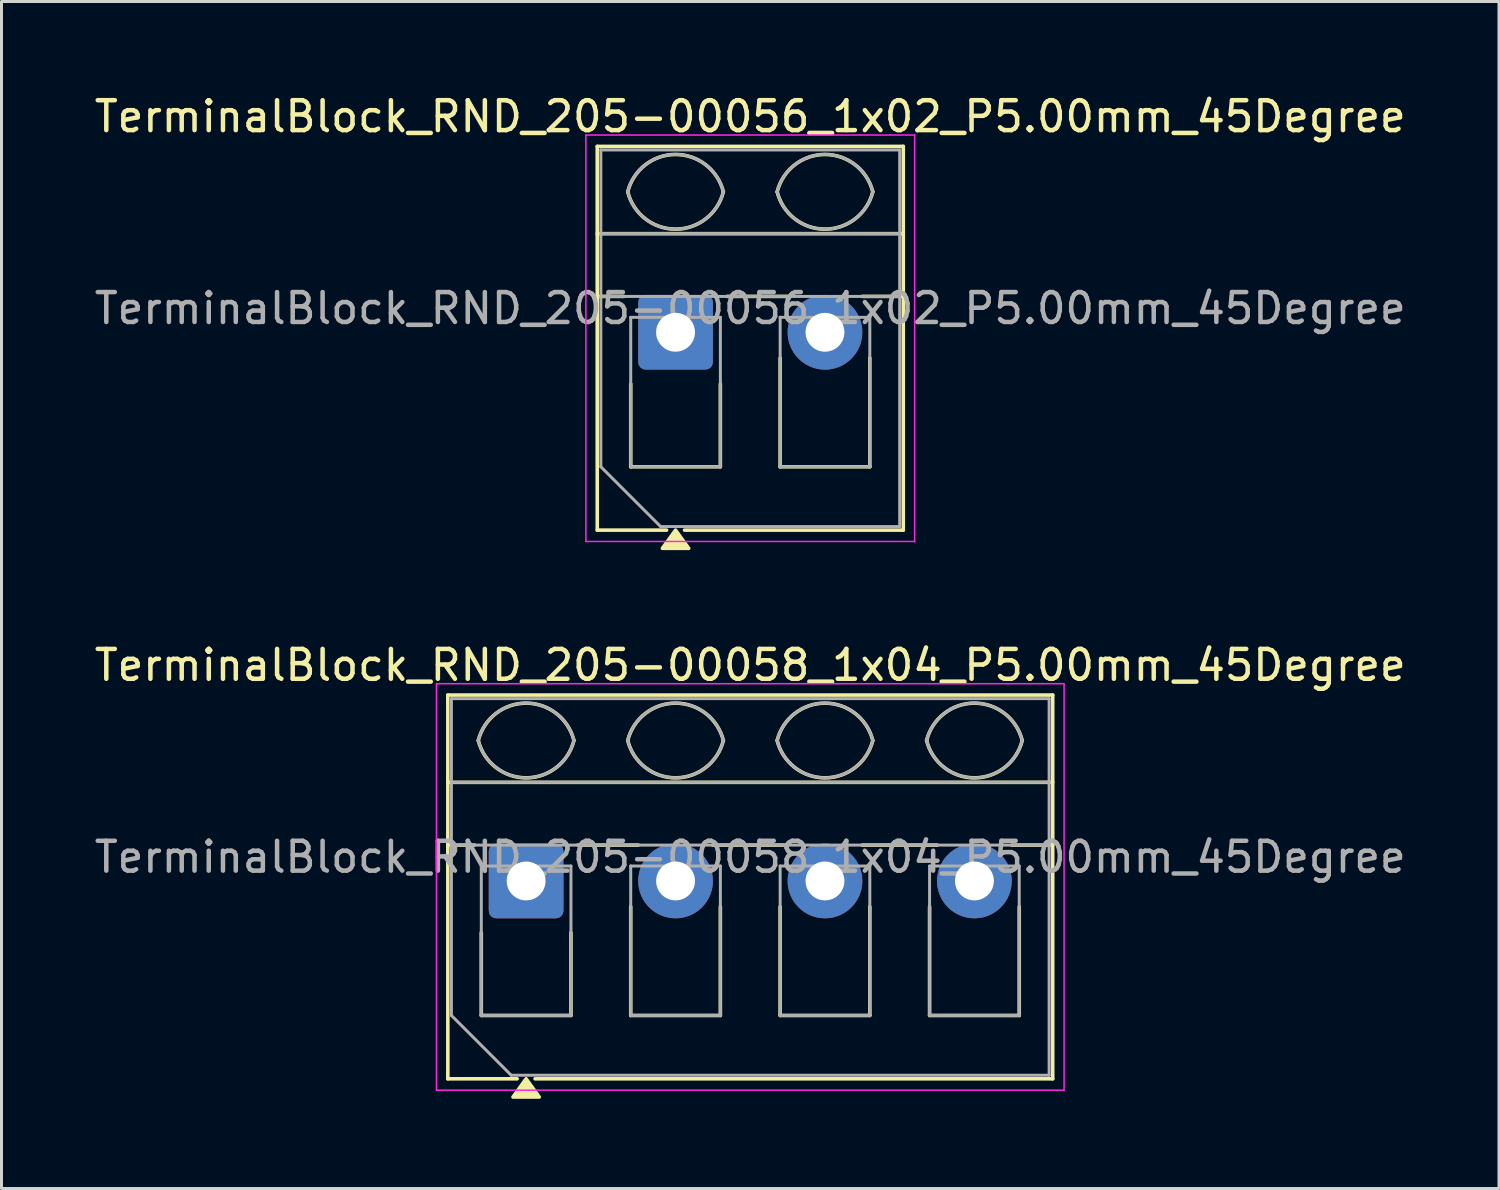
<source format=kicad_pcb>
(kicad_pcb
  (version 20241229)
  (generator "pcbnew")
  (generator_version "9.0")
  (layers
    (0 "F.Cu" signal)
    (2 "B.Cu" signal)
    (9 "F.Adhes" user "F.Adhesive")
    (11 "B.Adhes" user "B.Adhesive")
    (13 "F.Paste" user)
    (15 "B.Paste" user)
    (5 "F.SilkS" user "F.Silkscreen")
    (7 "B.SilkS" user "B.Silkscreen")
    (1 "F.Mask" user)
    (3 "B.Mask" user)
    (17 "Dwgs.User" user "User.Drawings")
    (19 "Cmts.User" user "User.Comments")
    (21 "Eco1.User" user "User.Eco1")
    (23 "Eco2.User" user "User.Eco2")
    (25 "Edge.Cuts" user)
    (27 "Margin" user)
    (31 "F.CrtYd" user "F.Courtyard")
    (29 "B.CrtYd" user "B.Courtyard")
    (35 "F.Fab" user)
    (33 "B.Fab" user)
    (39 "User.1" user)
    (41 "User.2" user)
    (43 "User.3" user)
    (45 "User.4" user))
  (footprint "TerminalBlock_RND_205-00056_1x02_P5.00mm_45Degree"
    (layer "F.Cu")
    (at 19.554 8.068)
    (property "Reference" "TerminalBlock_RND_205-00056_1x02_P5.00mm_45Degree" (at 2.5 -7.22 0) (layer "F.SilkS") (effects (font (size 1 1) (thickness 0.15))))
    (attr through_hole)
    (fp_line (start -2.62 -6.22) (end -2.62 6.62) (stroke (width 0.12) (type solid)) (layer "F.SilkS"))
    (fp_line (start -2.62 -6.22) (end 7.62 -6.22) (stroke (width 0.12) (type solid)) (layer "F.SilkS"))
    (fp_line (start -2.62 -3.3) (end 7.62 -3.3) (stroke (width 0.12) (type solid)) (layer "F.SilkS"))
    (fp_line (start -2.62 -1.2) (end -1.73 -1.2) (stroke (width 0.12) (type solid)) (layer "F.SilkS"))
    (fp_line (start -2.62 6.62) (end -0.3 6.62) (stroke (width 0.12) (type solid)) (layer "F.SilkS"))
    (fp_line (start -1.5 1.73) (end -1.5 4.5) (stroke (width 0.12) (type solid)) (layer "F.SilkS"))
    (fp_line (start -1.5 4.5) (end 1.5 4.5) (stroke (width 0.12) (type solid)) (layer "F.SilkS"))
    (fp_line (start 0.3 6.62) (end 7.62 6.62) (stroke (width 0.12) (type solid)) (layer "F.SilkS"))
    (fp_line (start 1.5 1.73) (end 1.5 4.5) (stroke (width 0.12) (type solid)) (layer "F.SilkS"))
    (fp_line (start 1.73 -1.2) (end 3.754 -1.2) (stroke (width 0.12) (type solid)) (layer "F.SilkS"))
    (fp_line (start 3.5 0.862) (end 3.5 4.5) (stroke (width 0.12) (type solid)) (layer "F.SilkS"))
    (fp_line (start 3.5 4.5) (end 6.5 4.5) (stroke (width 0.12) (type solid)) (layer "F.SilkS"))
    (fp_line (start 6.246 -1.2) (end 7.62 -1.2) (stroke (width 0.12) (type solid)) (layer "F.SilkS"))
    (fp_line (start 6.5 0.862) (end 6.5 4.5) (stroke (width 0.12) (type solid)) (layer "F.SilkS"))
    (fp_line (start 7.62 -6.22) (end 7.62 6.62) (stroke (width 0.12) (type solid)) (layer "F.SilkS"))
    (fp_arc (start -1.600031 -4.699875) (mid -0.000065 -5.95) (end 1.6 -4.7) (stroke (width 0.12) (type solid)) (layer "F.SilkS"))
    (fp_arc (start 1.6 -4.7) (mid -0.000065 -3.45) (end -1.600031 -4.700125) (stroke (width 0.12) (type solid)) (layer "F.SilkS"))
    (fp_arc (start 3.399969 -4.699875) (mid 4.999935 -5.95) (end 6.6 -4.7) (stroke (width 0.12) (type solid)) (layer "F.SilkS"))
    (fp_arc (start 6.6 -4.7) (mid 4.999935 -3.45) (end 3.399969 -4.700125) (stroke (width 0.12) (type solid)) (layer "F.SilkS"))
    (fp_poly (pts (xy 0 6.62) (xy 0.44 7.23) (xy -0.44 7.23)) (stroke (width 0.12) (type solid)) (fill yes) (layer "F.SilkS"))
    (fp_line (start -3 -6.6) (end -3 7) (stroke (width 0.05) (type solid)) (layer "F.CrtYd"))
    (fp_line (start -3 7) (end 8 7) (stroke (width 0.05) (type solid)) (layer "F.CrtYd"))
    (fp_line (start 8 -6.6) (end -3 -6.6) (stroke (width 0.05) (type solid)) (layer "F.CrtYd"))
    (fp_line (start 8 7) (end 8 -6.6) (stroke (width 0.05) (type solid)) (layer "F.CrtYd"))
    (fp_line (start -2.5 -6.1) (end 7.5 -6.1) (stroke (width 0.1) (type solid)) (layer "F.Fab"))
    (fp_line (start -2.5 -3.3) (end 7.5 -3.3) (stroke (width 0.1) (type solid)) (layer "F.Fab"))
    (fp_line (start -2.5 -1.2) (end 7.5 -1.2) (stroke (width 0.1) (type solid)) (layer "F.Fab"))
    (fp_line (start -2.5 4.5) (end -2.5 -6.1) (stroke (width 0.1) (type solid)) (layer "F.Fab"))
    (fp_line (start -1.5 -0.5) (end -1.5 4.5) (stroke (width 0.1) (type solid)) (layer "F.Fab"))
    (fp_line (start -1.5 4.5) (end 1.5 4.5) (stroke (width 0.1) (type solid)) (layer "F.Fab"))
    (fp_line (start -0.5 6.5) (end -2.5 4.5) (stroke (width 0.1) (type solid)) (layer "F.Fab"))
    (fp_line (start 1.5 -0.5) (end -1.5 -0.5) (stroke (width 0.1) (type solid)) (layer "F.Fab"))
    (fp_line (start 1.5 4.5) (end 1.5 -0.5) (stroke (width 0.1) (type solid)) (layer "F.Fab"))
    (fp_line (start 3.5 -0.5) (end 3.5 4.5) (stroke (width 0.1) (type solid)) (layer "F.Fab"))
    (fp_line (start 3.5 4.5) (end 6.5 4.5) (stroke (width 0.1) (type solid)) (layer "F.Fab"))
    (fp_line (start 6.5 -0.5) (end 3.5 -0.5) (stroke (width 0.1) (type solid)) (layer "F.Fab"))
    (fp_line (start 6.5 4.5) (end 6.5 -0.5) (stroke (width 0.1) (type solid)) (layer "F.Fab"))
    (fp_line (start 7.5 -6.1) (end 7.5 6.5) (stroke (width 0.1) (type solid)) (layer "F.Fab"))
    (fp_line (start 7.5 6.5) (end -0.5 6.5) (stroke (width 0.1) (type solid)) (layer "F.Fab"))
    (fp_arc (start -1.600914 -4.700344) (mid 0.000177 -5.95097) (end 1.601 -4.7) (stroke (width 0.1) (type solid)) (layer "F.Fab"))
    (fp_arc (start 1.6 -4.7) (mid -0.000065 -3.45) (end -1.600031 -4.700125) (stroke (width 0.1) (type solid)) (layer "F.Fab"))
    (fp_arc (start 3.399086 -4.700344) (mid 5.000177 -5.95097) (end 6.601 -4.7) (stroke (width 0.1) (type solid)) (layer "F.Fab"))
    (fp_arc (start 6.6 -4.7) (mid 4.999935 -3.45) (end 3.399969 -4.700125) (stroke (width 0.1) (type solid)) (layer "F.Fab"))
    (fp_text user "${REFERENCE}" (at 2.5 -0.8 0) (layer "F.Fab") (effects (font (size 1 1) (thickness 0.15))))
    (pad "1" thru_hole roundrect (at 0 0) (size 2.5 2.5) (drill 1.3) (layers "*.Cu" "*.Mask") (roundrect_rratio 0.1))
    (pad "2" thru_hole circle (at 5 0) (size 2.5 2.5) (drill 1.3) (layers "*.Cu" "*.Mask")))
  (footprint "TerminalBlock_RND_205-00058_1x04_P5.00mm_45Degree"
    (layer "F.Cu")
    (at 14.554 26.427)
    (property "Reference" "TerminalBlock_RND_205-00058_1x04_P5.00mm_45Degree" (at 7.5 -7.22 0) (layer "F.SilkS") (effects (font (size 1 1) (thickness 0.15))))
    (attr through_hole)
    (fp_line (start -2.62 -6.22) (end -2.62 6.62) (stroke (width 0.12) (type solid)) (layer "F.SilkS"))
    (fp_line (start -2.62 -6.22) (end 17.62 -6.22) (stroke (width 0.12) (type solid)) (layer "F.SilkS"))
    (fp_line (start -2.62 -3.3) (end 17.62 -3.3) (stroke (width 0.12) (type solid)) (layer "F.SilkS"))
    (fp_line (start -2.62 -1.2) (end -1.73 -1.2) (stroke (width 0.12) (type solid)) (layer "F.SilkS"))
    (fp_line (start -2.62 6.62) (end -0.3 6.62) (stroke (width 0.12) (type solid)) (layer "F.SilkS"))
    (fp_line (start -1.5 1.73) (end -1.5 4.5) (stroke (width 0.12) (type solid)) (layer "F.SilkS"))
    (fp_line (start -1.5 4.5) (end 1.5 4.5) (stroke (width 0.12) (type solid)) (layer "F.SilkS"))
    (fp_line (start 0.3 6.62) (end 17.62 6.62) (stroke (width 0.12) (type solid)) (layer "F.SilkS"))
    (fp_line (start 1.5 1.73) (end 1.5 4.5) (stroke (width 0.12) (type solid)) (layer "F.SilkS"))
    (fp_line (start 1.73 -1.2) (end 3.754 -1.2) (stroke (width 0.12) (type solid)) (layer "F.SilkS"))
    (fp_line (start 3.5 0.862) (end 3.5 4.5) (stroke (width 0.12) (type solid)) (layer "F.SilkS"))
    (fp_line (start 3.5 4.5) (end 6.5 4.5) (stroke (width 0.12) (type solid)) (layer "F.SilkS"))
    (fp_line (start 6.246 -1.2) (end 8.754 -1.2) (stroke (width 0.12) (type solid)) (layer "F.SilkS"))
    (fp_line (start 6.5 0.862) (end 6.5 4.5) (stroke (width 0.12) (type solid)) (layer "F.SilkS"))
    (fp_line (start 8.5 0.862) (end 8.5 4.5) (stroke (width 0.12) (type solid)) (layer "F.SilkS"))
    (fp_line (start 8.5 4.5) (end 11.5 4.5) (stroke (width 0.12) (type solid)) (layer "F.SilkS"))
    (fp_line (start 11.246 -1.2) (end 13.754 -1.2) (stroke (width 0.12) (type solid)) (layer "F.SilkS"))
    (fp_line (start 11.5 0.862) (end 11.5 4.5) (stroke (width 0.12) (type solid)) (layer "F.SilkS"))
    (fp_line (start 13.5 0.862) (end 13.5 4.5) (stroke (width 0.12) (type solid)) (layer "F.SilkS"))
    (fp_line (start 13.5 4.5) (end 16.5 4.5) (stroke (width 0.12) (type solid)) (layer "F.SilkS"))
    (fp_line (start 16.246 -1.2) (end 17.62 -1.2) (stroke (width 0.12) (type solid)) (layer "F.SilkS"))
    (fp_line (start 16.5 0.862) (end 16.5 4.5) (stroke (width 0.12) (type solid)) (layer "F.SilkS"))
    (fp_line (start 17.62 -6.22) (end 17.62 6.62) (stroke (width 0.12) (type solid)) (layer "F.SilkS"))
    (fp_arc (start -1.600031 -4.699875) (mid -0.000065 -5.95) (end 1.6 -4.7) (stroke (width 0.12) (type solid)) (layer "F.SilkS"))
    (fp_arc (start 1.6 -4.7) (mid -0.000065 -3.45) (end -1.600031 -4.700125) (stroke (width 0.12) (type solid)) (layer "F.SilkS"))
    (fp_arc (start 3.399969 -4.699875) (mid 4.999935 -5.95) (end 6.6 -4.7) (stroke (width 0.12) (type solid)) (layer "F.SilkS"))
    (fp_arc (start 6.6 -4.7) (mid 4.999935 -3.45) (end 3.399969 -4.700125) (stroke (width 0.12) (type solid)) (layer "F.SilkS"))
    (fp_arc (start 8.399969 -4.699875) (mid 9.999935 -5.95) (end 11.6 -4.7) (stroke (width 0.12) (type solid)) (layer "F.SilkS"))
    (fp_arc (start 11.6 -4.7) (mid 9.999935 -3.45) (end 8.399969 -4.700125) (stroke (width 0.12) (type solid)) (layer "F.SilkS"))
    (fp_arc (start 13.399969 -4.699875) (mid 14.999935 -5.95) (end 16.6 -4.7) (stroke (width 0.12) (type solid)) (layer "F.SilkS"))
    (fp_arc (start 16.6 -4.7) (mid 14.999935 -3.45) (end 13.399969 -4.700125) (stroke (width 0.12) (type solid)) (layer "F.SilkS"))
    (fp_poly (pts (xy 0 6.62) (xy 0.44 7.23) (xy -0.44 7.23)) (stroke (width 0.12) (type solid)) (fill yes) (layer "F.SilkS"))
    (fp_line (start -3 -6.6) (end -3 7) (stroke (width 0.05) (type solid)) (layer "F.CrtYd"))
    (fp_line (start -3 7) (end 18 7) (stroke (width 0.05) (type solid)) (layer "F.CrtYd"))
    (fp_line (start 18 -6.6) (end -3 -6.6) (stroke (width 0.05) (type solid)) (layer "F.CrtYd"))
    (fp_line (start 18 7) (end 18 -6.6) (stroke (width 0.05) (type solid)) (layer "F.CrtYd"))
    (fp_line (start -2.5 -6.1) (end 17.5 -6.1) (stroke (width 0.1) (type solid)) (layer "F.Fab"))
    (fp_line (start -2.5 -3.3) (end 17.5 -3.3) (stroke (width 0.1) (type solid)) (layer "F.Fab"))
    (fp_line (start -2.5 -1.2) (end 17.5 -1.2) (stroke (width 0.1) (type solid)) (layer "F.Fab"))
    (fp_line (start -2.5 4.5) (end -2.5 -6.1) (stroke (width 0.1) (type solid)) (layer "F.Fab"))
    (fp_line (start -1.5 -0.5) (end -1.5 4.5) (stroke (width 0.1) (type solid)) (layer "F.Fab"))
    (fp_line (start -1.5 4.5) (end 1.5 4.5) (stroke (width 0.1) (type solid)) (layer "F.Fab"))
    (fp_line (start -0.5 6.5) (end -2.5 4.5) (stroke (width 0.1) (type solid)) (layer "F.Fab"))
    (fp_line (start 1.5 -0.5) (end -1.5 -0.5) (stroke (width 0.1) (type solid)) (layer "F.Fab"))
    (fp_line (start 1.5 4.5) (end 1.5 -0.5) (stroke (width 0.1) (type solid)) (layer "F.Fab"))
    (fp_line (start 3.5 -0.5) (end 3.5 4.5) (stroke (width 0.1) (type solid)) (layer "F.Fab"))
    (fp_line (start 3.5 4.5) (end 6.5 4.5) (stroke (width 0.1) (type solid)) (layer "F.Fab"))
    (fp_line (start 6.5 -0.5) (end 3.5 -0.5) (stroke (width 0.1) (type solid)) (layer "F.Fab"))
    (fp_line (start 6.5 4.5) (end 6.5 -0.5) (stroke (width 0.1) (type solid)) (layer "F.Fab"))
    (fp_line (start 8.5 -0.5) (end 8.5 4.5) (stroke (width 0.1) (type solid)) (layer "F.Fab"))
    (fp_line (start 8.5 4.5) (end 11.5 4.5) (stroke (width 0.1) (type solid)) (layer "F.Fab"))
    (fp_line (start 11.5 -0.5) (end 8.5 -0.5) (stroke (width 0.1) (type solid)) (layer "F.Fab"))
    (fp_line (start 11.5 4.5) (end 11.5 -0.5) (stroke (width 0.1) (type solid)) (layer "F.Fab"))
    (fp_line (start 13.5 -0.5) (end 13.5 4.5) (stroke (width 0.1) (type solid)) (layer "F.Fab"))
    (fp_line (start 13.5 4.5) (end 16.5 4.5) (stroke (width 0.1) (type solid)) (layer "F.Fab"))
    (fp_line (start 16.5 -0.5) (end 13.5 -0.5) (stroke (width 0.1) (type solid)) (layer "F.Fab"))
    (fp_line (start 16.5 4.5) (end 16.5 -0.5) (stroke (width 0.1) (type solid)) (layer "F.Fab"))
    (fp_line (start 17.5 -6.1) (end 17.5 6.5) (stroke (width 0.1) (type solid)) (layer "F.Fab"))
    (fp_line (start 17.5 6.5) (end -0.5 6.5) (stroke (width 0.1) (type solid)) (layer "F.Fab"))
    (fp_arc (start -1.600914 -4.700344) (mid 0.000177 -5.95097) (end 1.601 -4.7) (stroke (width 0.1) (type solid)) (layer "F.Fab"))
    (fp_arc (start 1.6 -4.7) (mid -0.000065 -3.45) (end -1.600031 -4.700125) (stroke (width 0.1) (type solid)) (layer "F.Fab"))
    (fp_arc (start 3.399086 -4.700344) (mid 5.000177 -5.95097) (end 6.601 -4.7) (stroke (width 0.1) (type solid)) (layer "F.Fab"))
    (fp_arc (start 6.6 -4.7) (mid 4.999935 -3.45) (end 3.399969 -4.700125) (stroke (width 0.1) (type solid)) (layer "F.Fab"))
    (fp_arc (start 8.399086 -4.700344) (mid 10.000177 -5.95097) (end 11.601 -4.7) (stroke (width 0.1) (type solid)) (layer "F.Fab"))
    (fp_arc (start 11.6 -4.7) (mid 9.999935 -3.45) (end 8.399969 -4.700125) (stroke (width 0.1) (type solid)) (layer "F.Fab"))
    (fp_arc (start 13.399086 -4.700344) (mid 15.000177 -5.95097) (end 16.601 -4.7) (stroke (width 0.1) (type solid)) (layer "F.Fab"))
    (fp_arc (start 16.6 -4.7) (mid 14.999935 -3.45) (end 13.399969 -4.700125) (stroke (width 0.1) (type solid)) (layer "F.Fab"))
    (fp_text user "${REFERENCE}" (at 7.5 -0.8 0) (layer "F.Fab") (effects (font (size 1 1) (thickness 0.15))))
    (pad "1" thru_hole roundrect (at 0 0) (size 2.5 2.5) (drill 1.3) (layers "*.Cu" "*.Mask") (roundrect_rratio 0.1))
    (pad "2" thru_hole circle (at 5 0) (size 2.5 2.5) (drill 1.3) (layers "*.Cu" "*.Mask"))
    (pad "3" thru_hole circle (at 10 0) (size 2.5 2.5) (drill 1.3) (layers "*.Cu" "*.Mask"))
    (pad "4" thru_hole circle (at 15 0) (size 2.5 2.5) (drill 1.3) (layers "*.Cu" "*.Mask")))
  (gr_rect
    (start -3 -3)
    (end 47.107 36.717)
    (stroke (width 0.1) (type default))
    (fill no)
    (layer "Edge.Cuts")))
</source>
